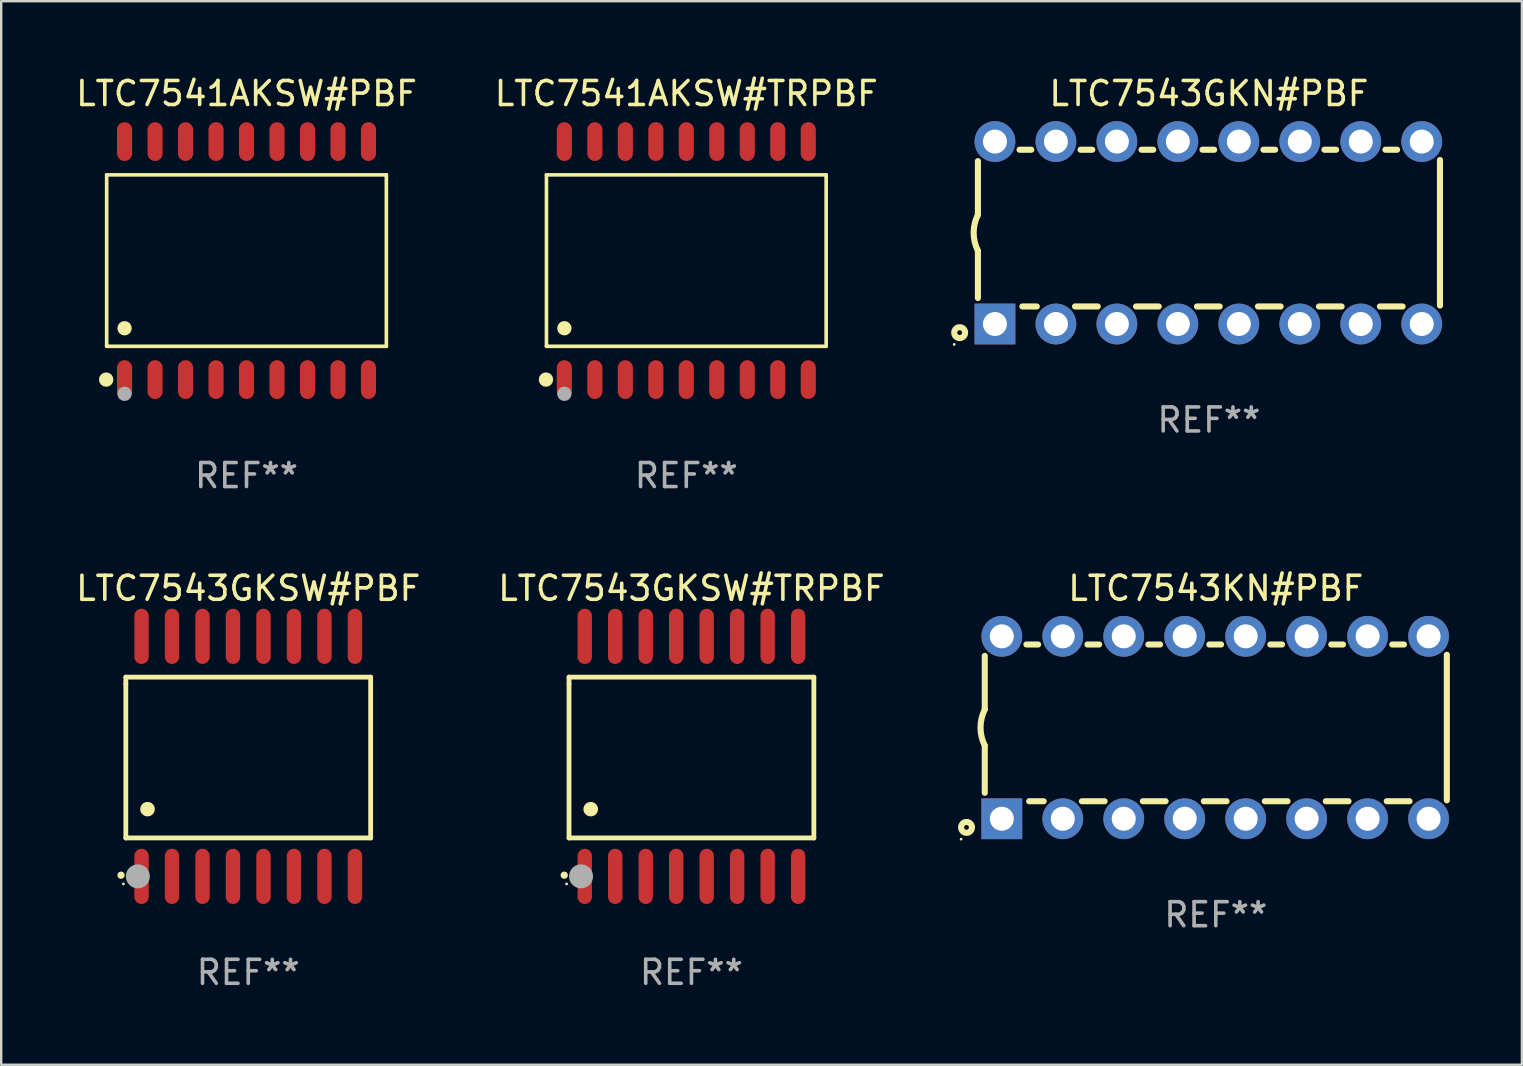
<source format=kicad_pcb>
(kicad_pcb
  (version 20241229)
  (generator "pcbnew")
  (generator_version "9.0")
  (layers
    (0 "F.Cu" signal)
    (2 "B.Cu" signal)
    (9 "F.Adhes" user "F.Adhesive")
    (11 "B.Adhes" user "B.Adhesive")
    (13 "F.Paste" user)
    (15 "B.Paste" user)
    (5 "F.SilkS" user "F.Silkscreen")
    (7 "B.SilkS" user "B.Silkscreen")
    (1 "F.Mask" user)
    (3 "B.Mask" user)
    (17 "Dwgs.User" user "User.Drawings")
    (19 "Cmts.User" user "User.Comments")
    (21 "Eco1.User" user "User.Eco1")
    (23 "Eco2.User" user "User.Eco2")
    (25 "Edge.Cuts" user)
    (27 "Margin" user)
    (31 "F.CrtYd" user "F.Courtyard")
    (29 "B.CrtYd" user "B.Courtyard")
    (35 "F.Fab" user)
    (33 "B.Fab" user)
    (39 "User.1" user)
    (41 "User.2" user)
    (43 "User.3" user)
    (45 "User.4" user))
  (footprint "LTC7543GKN#PBF"
    (layer "F.Cu")
    (at 47.315 6.648)
    (property "Reference" "LTC7543GKN#PBF" (at 0 -5.8 0) (layer "F.SilkS") (effects (font (size 1 1) (thickness 0.15))))
    (attr through_hole)
    (fp_line (start -9.625 -0.75) (end -9.625 -2.985) (stroke (width 0.254) (type solid)) (layer "F.SilkS"))
    (fp_line (start -9.625 0.749) (end -9.625 2.719) (stroke (width 0.254) (type solid)) (layer "F.SilkS"))
    (fp_line (start -7.889 -3.46) (end -7.401 -3.46) (stroke (width 0.254) (type solid)) (layer "F.SilkS"))
    (fp_line (start -7.775 3.07) (end -7.172 3.07) (stroke (width 0.254) (type solid)) (layer "F.SilkS"))
    (fp_line (start -5.578 3.07) (end -4.632 3.07) (stroke (width 0.254) (type solid)) (layer "F.SilkS"))
    (fp_line (start -5.349 -3.46) (end -4.861 -3.46) (stroke (width 0.254) (type solid)) (layer "F.SilkS"))
    (fp_line (start -3.038 3.07) (end -2.092 3.07) (stroke (width 0.254) (type solid)) (layer "F.SilkS"))
    (fp_line (start -2.809 -3.46) (end -2.321 -3.46) (stroke (width 0.254) (type solid)) (layer "F.SilkS"))
    (fp_line (start -0.498 3.07) (end 0.448 3.07) (stroke (width 0.254) (type solid)) (layer "F.SilkS"))
    (fp_line (start -0.269 -3.46) (end 0.219 -3.46) (stroke (width 0.254) (type solid)) (layer "F.SilkS"))
    (fp_line (start 2.042 3.07) (end 2.988 3.07) (stroke (width 0.254) (type solid)) (layer "F.SilkS"))
    (fp_line (start 2.271 -3.46) (end 2.759 -3.46) (stroke (width 0.254) (type solid)) (layer "F.SilkS"))
    (fp_line (start 4.582 3.07) (end 5.528 3.07) (stroke (width 0.254) (type solid)) (layer "F.SilkS"))
    (fp_line (start 4.811 -3.46) (end 5.299 -3.46) (stroke (width 0.254) (type solid)) (layer "F.SilkS"))
    (fp_line (start 7.122 3.07) (end 8.068 3.07) (stroke (width 0.254) (type solid)) (layer "F.SilkS"))
    (fp_line (start 7.351 -3.46) (end 7.839 -3.46) (stroke (width 0.254) (type solid)) (layer "F.SilkS"))
    (fp_line (start 9.625 3.032) (end 9.625 -3.032) (stroke (width 0.254) (type solid)) (layer "F.SilkS"))
    (fp_arc (start -9.62498 0.748819) (mid -9.801899 -0.000581) (end -9.625006 -0.749987) (stroke (width 0.254001) (type solid)) (layer "F.SilkS"))
    (fp_circle (center -10.612 4.65) (end -10.582 4.65) (stroke (width 0.06) (type solid)) (fill no) (layer "F.SilkS"))
    (fp_circle (center -10.385 4.16) (end -10.285 4.16) (stroke (width 0.254) (type solid)) (fill no) (layer "F.SilkS"))
    (fp_text user "REF**" (at 0 7.8 0) (layer "F.Fab") (effects (font (size 1 1) (thickness 0.15))))
    (pad "1" thru_hole rect (at -8.915 3.8 90) (size 1.7 1.7) (drill 1) (layers "*.Cu" "*.Mask"))
    (pad "2" thru_hole circle (at -6.375 3.8) (size 1.7 1.7) (drill 1) (layers "*.Cu" "*.Mask"))
    (pad "3" thru_hole circle (at -3.835 3.8) (size 1.7 1.7) (drill 1) (layers "*.Cu" "*.Mask"))
    (pad "4" thru_hole circle (at -1.295 3.8) (size 1.7 1.7) (drill 1) (layers "*.Cu" "*.Mask"))
    (pad "5" thru_hole circle (at 1.245 3.8) (size 1.7 1.7) (drill 1) (layers "*.Cu" "*.Mask"))
    (pad "6" thru_hole circle (at 3.785 3.8) (size 1.7 1.7) (drill 1) (layers "*.Cu" "*.Mask"))
    (pad "7" thru_hole circle (at 6.325 3.8) (size 1.7 1.7) (drill 1) (layers "*.Cu" "*.Mask"))
    (pad "8" thru_hole circle (at 8.865 3.8) (size 1.7 1.7) (drill 1) (layers "*.Cu" "*.Mask"))
    (pad "9" thru_hole circle (at 8.865 -3.8) (size 1.7 1.7) (drill 1) (layers "*.Cu" "*.Mask"))
    (pad "10" thru_hole circle (at 6.325 -3.8) (size 1.7 1.7) (drill 1) (layers "*.Cu" "*.Mask"))
    (pad "11" thru_hole circle (at 3.785 -3.8) (size 1.7 1.7) (drill 1) (layers "*.Cu" "*.Mask"))
    (pad "12" thru_hole circle (at 1.245 -3.8) (size 1.7 1.7) (drill 1) (layers "*.Cu" "*.Mask"))
    (pad "13" thru_hole circle (at -1.295 -3.8) (size 1.7 1.7) (drill 1) (layers "*.Cu" "*.Mask"))
    (pad "14" thru_hole circle (at -3.835 -3.8) (size 1.7 1.7) (drill 1) (layers "*.Cu" "*.Mask"))
    (pad "15" thru_hole circle (at -6.375 -3.8) (size 1.7 1.7) (drill 1) (layers "*.Cu" "*.Mask"))
    (pad "16" thru_hole circle (at -8.915 -3.8) (size 1.7 1.7) (drill 1) (layers "*.Cu" "*.Mask")))
  (footprint "LTC7543GKSW#PBF"
    (layer "F.Cu")
    (at 7.292 28.46)
    (property "Reference" "LTC7543GKSW#PBF" (at 0 -7 0) (layer "F.SilkS") (effects (font (size 1 1) (thickness 0.15))))
    (attr through_hole)
    (fp_line (start -5.1 -3.3) (end -5.1 -3) (stroke (width 0.2) (type solid)) (layer "F.SilkS"))
    (fp_line (start -5.1 -3) (end -5.1 3.4) (stroke (width 0.2) (type solid)) (layer "F.SilkS"))
    (fp_line (start -5.1 3.4) (end 5.1 3.4) (stroke (width 0.2) (type solid)) (layer "F.SilkS"))
    (fp_line (start 5.1 -3.3) (end -5.1 -3.3) (stroke (width 0.2) (type solid)) (layer "F.SilkS"))
    (fp_line (start 5.1 3.4) (end 5.1 -3.3) (stroke (width 0.2) (type solid)) (layer "F.SilkS"))
    (fp_arc (start -5.300991 4.950495) (mid -5.299721 4.95049) (end -5.298451 4.950495) (stroke (width 0.3) (type solid)) (layer "F.SilkS"))
    (fp_arc (start -4.2 2.200025) (mid -4.19619 2.200001) (end -4.19238 2.200025) (stroke (width 0.6) (type solid)) (layer "F.SilkS"))
    (fp_circle (center -5.2 5.315) (end -5.17 5.315) (stroke (width 0.06) (type solid)) (fill no) (layer "F.SilkS"))
    (fp_circle (center -4.6 5) (end -4.35 5) (stroke (width 0.5) (type solid)) (fill no) (layer "F.Fab"))
    (fp_text user "REF**" (at 0 9 0) (layer "F.Fab") (effects (font (size 1 1) (thickness 0.15))))
    (pad "1" smd oval (at -4.445 5 180) (size 0.6 2.3) (layers "F.Cu" "F.Mask" "F.Paste"))
    (pad "2" smd oval (at -3.175 5 180) (size 0.6 2.3) (layers "F.Cu" "F.Mask" "F.Paste"))
    (pad "3" smd oval (at -1.905 5 180) (size 0.6 2.3) (layers "F.Cu" "F.Mask" "F.Paste"))
    (pad "4" smd oval (at -0.635 5 180) (size 0.6 2.3) (layers "F.Cu" "F.Mask" "F.Paste"))
    (pad "5" smd oval (at 0.635 5 180) (size 0.6 2.3) (layers "F.Cu" "F.Mask" "F.Paste"))
    (pad "6" smd oval (at 1.905 5 180) (size 0.6 2.3) (layers "F.Cu" "F.Mask" "F.Paste"))
    (pad "7" smd oval (at 3.175 5 180) (size 0.6 2.3) (layers "F.Cu" "F.Mask" "F.Paste"))
    (pad "8" smd oval (at 4.445 5 180) (size 0.6 2.3) (layers "F.Cu" "F.Mask" "F.Paste"))
    (pad "9" smd oval (at 4.445 -5 180) (size 0.6 2.3) (layers "F.Cu" "F.Mask" "F.Paste"))
    (pad "10" smd oval (at 3.175 -5 180) (size 0.6 2.3) (layers "F.Cu" "F.Mask" "F.Paste"))
    (pad "11" smd oval (at 1.905 -5 180) (size 0.6 2.3) (layers "F.Cu" "F.Mask" "F.Paste"))
    (pad "12" smd oval (at 0.635 -5 180) (size 0.6 2.3) (layers "F.Cu" "F.Mask" "F.Paste"))
    (pad "13" smd oval (at -0.635 -5 180) (size 0.6 2.3) (layers "F.Cu" "F.Mask" "F.Paste"))
    (pad "14" smd oval (at -1.905 -5 180) (size 0.6 2.3) (layers "F.Cu" "F.Mask" "F.Paste"))
    (pad "15" smd oval (at -3.175 -5 180) (size 0.6 2.3) (layers "F.Cu" "F.Mask" "F.Paste"))
    (pad "16" smd oval (at -4.445 -5 180) (size 0.6 2.3) (layers "F.Cu" "F.Mask" "F.Paste")))
  (footprint "LTC7541AKSW#TRPBF"
    (layer "F.Cu")
    (at 25.542 7.806)
    (property "Reference" "LTC7541AKSW#TRPBF" (at 0 -6.958 0) (layer "F.SilkS") (effects (font (size 1 1) (thickness 0.15))))
    (attr through_hole)
    (fp_line (start -5.826 -3.571) (end 5.826 -3.571) (stroke (width 0.152) (type solid)) (layer "F.SilkS"))
    (fp_line (start -5.826 3.571) (end -5.826 -3.571) (stroke (width 0.152) (type solid)) (layer "F.SilkS"))
    (fp_line (start 5.826 -3.571) (end 5.826 3.571) (stroke (width 0.152) (type solid)) (layer "F.SilkS"))
    (fp_line (start 5.826 3.571) (end -5.826 3.571) (stroke (width 0.152) (type solid)) (layer "F.SilkS"))
    (fp_circle (center -5.847 4.958) (end -5.697 4.958) (stroke (width 0.3) (type solid)) (fill no) (layer "F.SilkS"))
    (fp_circle (center -5.75 5.15) (end -5.72 5.15) (stroke (width 0.06) (type solid)) (fill no) (layer "F.SilkS"))
    (fp_circle (center -5.08 2.819) (end -4.93 2.819) (stroke (width 0.3) (type solid)) (fill no) (layer "F.SilkS"))
    (fp_circle (center -5.08 5.55) (end -4.93 5.55) (stroke (width 0.3) (type solid)) (fill no) (layer "F.Fab"))
    (fp_text user "REF**" (at 0 8.958 0) (layer "F.Fab") (effects (font (size 1 1) (thickness 0.15))))
    (pad "1" smd oval (at -5.08 4.958) (size 0.63 1.615) (layers "F.Cu" "F.Mask" "F.Paste"))
    (pad "2" smd oval (at -3.81 4.958) (size 0.63 1.615) (layers "F.Cu" "F.Mask" "F.Paste"))
    (pad "3" smd oval (at -2.54 4.958) (size 0.63 1.615) (layers "F.Cu" "F.Mask" "F.Paste"))
    (pad "4" smd oval (at -1.27 4.958) (size 0.63 1.615) (layers "F.Cu" "F.Mask" "F.Paste"))
    (pad "5" smd oval (at 0 4.958) (size 0.63 1.615) (layers "F.Cu" "F.Mask" "F.Paste"))
    (pad "6" smd oval (at 1.27 4.958) (size 0.63 1.615) (layers "F.Cu" "F.Mask" "F.Paste"))
    (pad "7" smd oval (at 2.54 4.958) (size 0.63 1.615) (layers "F.Cu" "F.Mask" "F.Paste"))
    (pad "8" smd oval (at 3.81 4.958) (size 0.63 1.615) (layers "F.Cu" "F.Mask" "F.Paste"))
    (pad "9" smd oval (at 5.08 4.958) (size 0.63 1.615) (layers "F.Cu" "F.Mask" "F.Paste"))
    (pad "10" smd oval (at 5.08 -4.958) (size 0.63 1.615) (layers "F.Cu" "F.Mask" "F.Paste"))
    (pad "11" smd oval (at 3.81 -4.958) (size 0.63 1.615) (layers "F.Cu" "F.Mask" "F.Paste"))
    (pad "12" smd oval (at 2.54 -4.958) (size 0.63 1.615) (layers "F.Cu" "F.Mask" "F.Paste"))
    (pad "13" smd oval (at 1.27 -4.958) (size 0.63 1.615) (layers "F.Cu" "F.Mask" "F.Paste"))
    (pad "14" smd oval (at 0 -4.958) (size 0.63 1.615) (layers "F.Cu" "F.Mask" "F.Paste"))
    (pad "15" smd oval (at -1.27 -4.958) (size 0.63 1.615) (layers "F.Cu" "F.Mask" "F.Paste"))
    (pad "16" smd oval (at -2.54 -4.958) (size 0.63 1.615) (layers "F.Cu" "F.Mask" "F.Paste"))
    (pad "17" smd oval (at -3.81 -4.958) (size 0.63 1.615) (layers "F.Cu" "F.Mask" "F.Paste"))
    (pad "18" smd oval (at -5.08 -4.958) (size 0.63 1.615) (layers "F.Cu" "F.Mask" "F.Paste")))
  (footprint "LTC7543KN#PBF"
    (layer "F.Cu")
    (at 47.601 27.26)
    (property "Reference" "LTC7543KN#PBF" (at 0 -5.8 0) (layer "F.SilkS") (effects (font (size 1 1) (thickness 0.15))))
    (attr through_hole)
    (fp_line (start -9.625 -0.75) (end -9.625 -2.985) (stroke (width 0.254) (type solid)) (layer "F.SilkS"))
    (fp_line (start -9.625 0.749) (end -9.625 2.719) (stroke (width 0.254) (type solid)) (layer "F.SilkS"))
    (fp_line (start -7.889 -3.46) (end -7.401 -3.46) (stroke (width 0.254) (type solid)) (layer "F.SilkS"))
    (fp_line (start -7.775 3.07) (end -7.172 3.07) (stroke (width 0.254) (type solid)) (layer "F.SilkS"))
    (fp_line (start -5.578 3.07) (end -4.632 3.07) (stroke (width 0.254) (type solid)) (layer "F.SilkS"))
    (fp_line (start -5.349 -3.46) (end -4.861 -3.46) (stroke (width 0.254) (type solid)) (layer "F.SilkS"))
    (fp_line (start -3.038 3.07) (end -2.092 3.07) (stroke (width 0.254) (type solid)) (layer "F.SilkS"))
    (fp_line (start -2.809 -3.46) (end -2.321 -3.46) (stroke (width 0.254) (type solid)) (layer "F.SilkS"))
    (fp_line (start -0.498 3.07) (end 0.448 3.07) (stroke (width 0.254) (type solid)) (layer "F.SilkS"))
    (fp_line (start -0.269 -3.46) (end 0.219 -3.46) (stroke (width 0.254) (type solid)) (layer "F.SilkS"))
    (fp_line (start 2.042 3.07) (end 2.988 3.07) (stroke (width 0.254) (type solid)) (layer "F.SilkS"))
    (fp_line (start 2.271 -3.46) (end 2.759 -3.46) (stroke (width 0.254) (type solid)) (layer "F.SilkS"))
    (fp_line (start 4.582 3.07) (end 5.528 3.07) (stroke (width 0.254) (type solid)) (layer "F.SilkS"))
    (fp_line (start 4.811 -3.46) (end 5.299 -3.46) (stroke (width 0.254) (type solid)) (layer "F.SilkS"))
    (fp_line (start 7.122 3.07) (end 8.068 3.07) (stroke (width 0.254) (type solid)) (layer "F.SilkS"))
    (fp_line (start 7.351 -3.46) (end 7.839 -3.46) (stroke (width 0.254) (type solid)) (layer "F.SilkS"))
    (fp_line (start 9.625 3.032) (end 9.625 -3.032) (stroke (width 0.254) (type solid)) (layer "F.SilkS"))
    (fp_arc (start -9.62498 0.748819) (mid -9.801899 -0.000581) (end -9.625006 -0.749987) (stroke (width 0.254001) (type solid)) (layer "F.SilkS"))
    (fp_circle (center -10.612 4.65) (end -10.582 4.65) (stroke (width 0.06) (type solid)) (fill no) (layer "F.SilkS"))
    (fp_circle (center -10.385 4.16) (end -10.285 4.16) (stroke (width 0.254) (type solid)) (fill no) (layer "F.SilkS"))
    (fp_text user "REF**" (at 0 7.8 0) (layer "F.Fab") (effects (font (size 1 1) (thickness 0.15))))
    (pad "1" thru_hole rect (at -8.915 3.8 90) (size 1.7 1.7) (drill 1) (layers "*.Cu" "*.Mask"))
    (pad "2" thru_hole circle (at -6.375 3.8) (size 1.7 1.7) (drill 1) (layers "*.Cu" "*.Mask"))
    (pad "3" thru_hole circle (at -3.835 3.8) (size 1.7 1.7) (drill 1) (layers "*.Cu" "*.Mask"))
    (pad "4" thru_hole circle (at -1.295 3.8) (size 1.7 1.7) (drill 1) (layers "*.Cu" "*.Mask"))
    (pad "5" thru_hole circle (at 1.245 3.8) (size 1.7 1.7) (drill 1) (layers "*.Cu" "*.Mask"))
    (pad "6" thru_hole circle (at 3.785 3.8) (size 1.7 1.7) (drill 1) (layers "*.Cu" "*.Mask"))
    (pad "7" thru_hole circle (at 6.325 3.8) (size 1.7 1.7) (drill 1) (layers "*.Cu" "*.Mask"))
    (pad "8" thru_hole circle (at 8.865 3.8) (size 1.7 1.7) (drill 1) (layers "*.Cu" "*.Mask"))
    (pad "9" thru_hole circle (at 8.865 -3.8) (size 1.7 1.7) (drill 1) (layers "*.Cu" "*.Mask"))
    (pad "10" thru_hole circle (at 6.325 -3.8) (size 1.7 1.7) (drill 1) (layers "*.Cu" "*.Mask"))
    (pad "11" thru_hole circle (at 3.785 -3.8) (size 1.7 1.7) (drill 1) (layers "*.Cu" "*.Mask"))
    (pad "12" thru_hole circle (at 1.245 -3.8) (size 1.7 1.7) (drill 1) (layers "*.Cu" "*.Mask"))
    (pad "13" thru_hole circle (at -1.295 -3.8) (size 1.7 1.7) (drill 1) (layers "*.Cu" "*.Mask"))
    (pad "14" thru_hole circle (at -3.835 -3.8) (size 1.7 1.7) (drill 1) (layers "*.Cu" "*.Mask"))
    (pad "15" thru_hole circle (at -6.375 -3.8) (size 1.7 1.7) (drill 1) (layers "*.Cu" "*.Mask"))
    (pad "16" thru_hole circle (at -8.915 -3.8) (size 1.7 1.7) (drill 1) (layers "*.Cu" "*.Mask")))
  (footprint "LTC7541AKSW#PBF"
    (layer "F.Cu")
    (at 7.22 7.806)
    (property "Reference" "LTC7541AKSW#PBF" (at 0 -6.958 0) (layer "F.SilkS") (effects (font (size 1 1) (thickness 0.15))))
    (attr through_hole)
    (fp_line (start -5.826 -3.571) (end 5.826 -3.571) (stroke (width 0.152) (type solid)) (layer "F.SilkS"))
    (fp_line (start -5.826 3.571) (end -5.826 -3.571) (stroke (width 0.152) (type solid)) (layer "F.SilkS"))
    (fp_line (start 5.826 -3.571) (end 5.826 3.571) (stroke (width 0.152) (type solid)) (layer "F.SilkS"))
    (fp_line (start 5.826 3.571) (end -5.826 3.571) (stroke (width 0.152) (type solid)) (layer "F.SilkS"))
    (fp_circle (center -5.847 4.958) (end -5.697 4.958) (stroke (width 0.3) (type solid)) (fill no) (layer "F.SilkS"))
    (fp_circle (center -5.75 5.15) (end -5.72 5.15) (stroke (width 0.06) (type solid)) (fill no) (layer "F.SilkS"))
    (fp_circle (center -5.08 2.819) (end -4.93 2.819) (stroke (width 0.3) (type solid)) (fill no) (layer "F.SilkS"))
    (fp_circle (center -5.08 5.55) (end -4.93 5.55) (stroke (width 0.3) (type solid)) (fill no) (layer "F.Fab"))
    (fp_text user "REF**" (at 0 8.958 0) (layer "F.Fab") (effects (font (size 1 1) (thickness 0.15))))
    (pad "1" smd oval (at -5.08 4.958) (size 0.63 1.615) (layers "F.Cu" "F.Mask" "F.Paste"))
    (pad "2" smd oval (at -3.81 4.958) (size 0.63 1.615) (layers "F.Cu" "F.Mask" "F.Paste"))
    (pad "3" smd oval (at -2.54 4.958) (size 0.63 1.615) (layers "F.Cu" "F.Mask" "F.Paste"))
    (pad "4" smd oval (at -1.27 4.958) (size 0.63 1.615) (layers "F.Cu" "F.Mask" "F.Paste"))
    (pad "5" smd oval (at 0 4.958) (size 0.63 1.615) (layers "F.Cu" "F.Mask" "F.Paste"))
    (pad "6" smd oval (at 1.27 4.958) (size 0.63 1.615) (layers "F.Cu" "F.Mask" "F.Paste"))
    (pad "7" smd oval (at 2.54 4.958) (size 0.63 1.615) (layers "F.Cu" "F.Mask" "F.Paste"))
    (pad "8" smd oval (at 3.81 4.958) (size 0.63 1.615) (layers "F.Cu" "F.Mask" "F.Paste"))
    (pad "9" smd oval (at 5.08 4.958) (size 0.63 1.615) (layers "F.Cu" "F.Mask" "F.Paste"))
    (pad "10" smd oval (at 5.08 -4.958) (size 0.63 1.615) (layers "F.Cu" "F.Mask" "F.Paste"))
    (pad "11" smd oval (at 3.81 -4.958) (size 0.63 1.615) (layers "F.Cu" "F.Mask" "F.Paste"))
    (pad "12" smd oval (at 2.54 -4.958) (size 0.63 1.615) (layers "F.Cu" "F.Mask" "F.Paste"))
    (pad "13" smd oval (at 1.27 -4.958) (size 0.63 1.615) (layers "F.Cu" "F.Mask" "F.Paste"))
    (pad "14" smd oval (at 0 -4.958) (size 0.63 1.615) (layers "F.Cu" "F.Mask" "F.Paste"))
    (pad "15" smd oval (at -1.27 -4.958) (size 0.63 1.615) (layers "F.Cu" "F.Mask" "F.Paste"))
    (pad "16" smd oval (at -2.54 -4.958) (size 0.63 1.615) (layers "F.Cu" "F.Mask" "F.Paste"))
    (pad "17" smd oval (at -3.81 -4.958) (size 0.63 1.615) (layers "F.Cu" "F.Mask" "F.Paste"))
    (pad "18" smd oval (at -5.08 -4.958) (size 0.63 1.615) (layers "F.Cu" "F.Mask" "F.Paste")))
  (footprint "LTC7543GKSW#TRPBF"
    (layer "F.Cu")
    (at 25.756 28.46)
    (property "Reference" "LTC7543GKSW#TRPBF" (at 0 -7 0) (layer "F.SilkS") (effects (font (size 1 1) (thickness 0.15))))
    (attr through_hole)
    (fp_line (start -5.1 -3.3) (end -5.1 -3) (stroke (width 0.2) (type solid)) (layer "F.SilkS"))
    (fp_line (start -5.1 -3) (end -5.1 3.4) (stroke (width 0.2) (type solid)) (layer "F.SilkS"))
    (fp_line (start -5.1 3.4) (end 5.1 3.4) (stroke (width 0.2) (type solid)) (layer "F.SilkS"))
    (fp_line (start 5.1 -3.3) (end -5.1 -3.3) (stroke (width 0.2) (type solid)) (layer "F.SilkS"))
    (fp_line (start 5.1 3.4) (end 5.1 -3.3) (stroke (width 0.2) (type solid)) (layer "F.SilkS"))
    (fp_arc (start -5.300991 4.950495) (mid -5.299721 4.95049) (end -5.298451 4.950495) (stroke (width 0.3) (type solid)) (layer "F.SilkS"))
    (fp_arc (start -4.2 2.200025) (mid -4.19619 2.200001) (end -4.19238 2.200025) (stroke (width 0.6) (type solid)) (layer "F.SilkS"))
    (fp_circle (center -5.2 5.315) (end -5.17 5.315) (stroke (width 0.06) (type solid)) (fill no) (layer "F.SilkS"))
    (fp_circle (center -4.6 5) (end -4.35 5) (stroke (width 0.5) (type solid)) (fill no) (layer "F.Fab"))
    (fp_text user "REF**" (at 0 9 0) (layer "F.Fab") (effects (font (size 1 1) (thickness 0.15))))
    (pad "1" smd oval (at -4.445 5 180) (size 0.6 2.3) (layers "F.Cu" "F.Mask" "F.Paste"))
    (pad "2" smd oval (at -3.175 5 180) (size 0.6 2.3) (layers "F.Cu" "F.Mask" "F.Paste"))
    (pad "3" smd oval (at -1.905 5 180) (size 0.6 2.3) (layers "F.Cu" "F.Mask" "F.Paste"))
    (pad "4" smd oval (at -0.635 5 180) (size 0.6 2.3) (layers "F.Cu" "F.Mask" "F.Paste"))
    (pad "5" smd oval (at 0.635 5 180) (size 0.6 2.3) (layers "F.Cu" "F.Mask" "F.Paste"))
    (pad "6" smd oval (at 1.905 5 180) (size 0.6 2.3) (layers "F.Cu" "F.Mask" "F.Paste"))
    (pad "7" smd oval (at 3.175 5 180) (size 0.6 2.3) (layers "F.Cu" "F.Mask" "F.Paste"))
    (pad "8" smd oval (at 4.445 5 180) (size 0.6 2.3) (layers "F.Cu" "F.Mask" "F.Paste"))
    (pad "9" smd oval (at 4.445 -5 180) (size 0.6 2.3) (layers "F.Cu" "F.Mask" "F.Paste"))
    (pad "10" smd oval (at 3.175 -5 180) (size 0.6 2.3) (layers "F.Cu" "F.Mask" "F.Paste"))
    (pad "11" smd oval (at 1.905 -5 180) (size 0.6 2.3) (layers "F.Cu" "F.Mask" "F.Paste"))
    (pad "12" smd oval (at 0.635 -5 180) (size 0.6 2.3) (layers "F.Cu" "F.Mask" "F.Paste"))
    (pad "13" smd oval (at -0.635 -5 180) (size 0.6 2.3) (layers "F.Cu" "F.Mask" "F.Paste"))
    (pad "14" smd oval (at -1.905 -5 180) (size 0.6 2.3) (layers "F.Cu" "F.Mask" "F.Paste"))
    (pad "15" smd oval (at -3.175 -5 180) (size 0.6 2.3) (layers "F.Cu" "F.Mask" "F.Paste"))
    (pad "16" smd oval (at -4.445 -5 180) (size 0.6 2.3) (layers "F.Cu" "F.Mask" "F.Paste")))
  (gr_rect
    (start -3 -3)
    (end 60.353 41.308)
    (stroke (width 0.1) (type default))
    (fill no)
    (layer "Edge.Cuts")))
</source>
